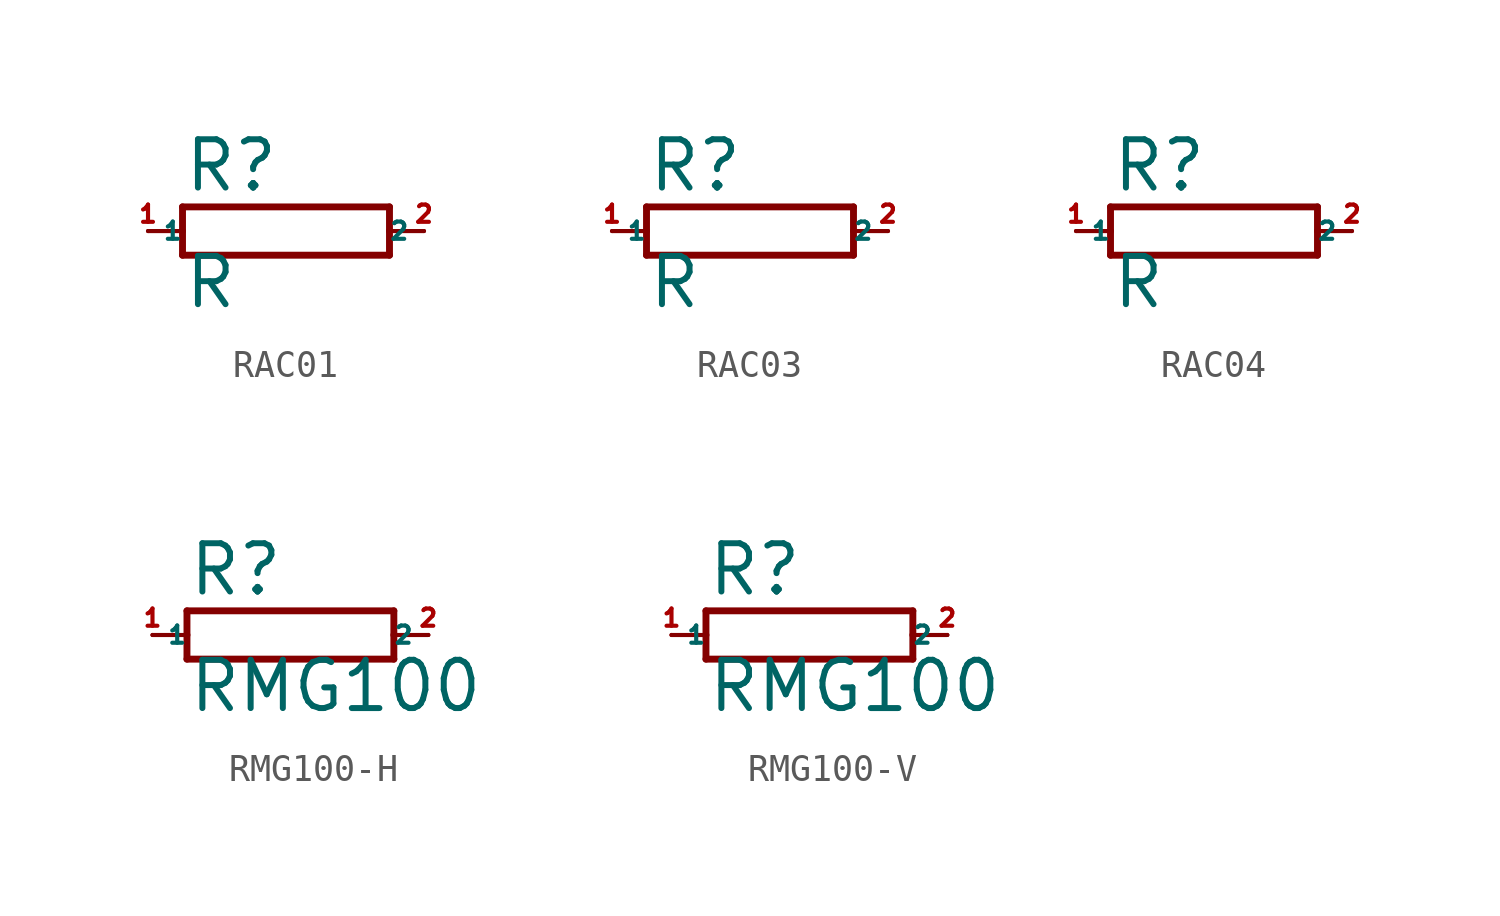
<source format=kicad_sym>
(kicad_symbol_lib
  (version 20220914)
  (generator Eagle2Kicad)
  (symbol "RAC01"
    (property "Reference" "R"
      (at -3.81 1.372 0)
      (effects (font (size 1.778 1.778) (thickness 0.22)) (justify left bottom)))
    (property "Value" "R"
      (at -3.81 -2.921 0)
      (effects (font (size 1.778 1.778) (thickness 0.22)) (justify left bottom)))
    (polyline
      (pts (xy -3.81 -0.889) (xy 3.81 -0.889))
      (stroke (width 0.254) (type default))
      (fill (type none)))
    (polyline
      (pts (xy 3.81 -0.889) (xy 3.81 0))
      (stroke (width 0.254) (type default))
      (fill (type none)))
    (polyline
      (pts (xy 3.81 0.889) (xy -3.81 0.889))
      (stroke (width 0.254) (type default))
      (fill (type none)))
    (polyline
      (pts (xy -3.81 -0.889) (xy -3.81 0))
      (stroke (width 0.254) (type default))
      (fill (type none)))
    (polyline
      (pts (xy 3.81 0) (xy 5.08 0))
      (stroke (width 0.152) (type default))
      (fill (type none)))
    (polyline
      (pts (xy 3.81 0) (xy 3.81 0.889))
      (stroke (width 0.254) (type default))
      (fill (type none)))
    (polyline
      (pts (xy -5.08 0) (xy -3.81 0))
      (stroke (width 0.152) (type default))
      (fill (type none)))
    (polyline
      (pts (xy -3.81 0) (xy -3.81 0.889))
      (stroke (width 0.254) (type default))
      (fill (type none)))
    (pin passive line
      (at 5.08 0 180)
      (length 0)
      (name "2" (effects (font (size 0.635 0.635) (thickness 0.08)) (justify left bottom)))
      (number "2" (effects (font (size 0.635 0.635) (thickness 0.08)) (justify left bottom))))
    (pin passive line
      (at -5.08 0 0)
      (length 0)
      (name "1" (effects (font (size 0.635 0.635) (thickness 0.08)) (justify left bottom)))
      (number "1" (effects (font (size 0.635 0.635) (thickness 0.08)) (justify left bottom)))))
  (symbol "RAC03"
    (property "Reference" "R"
      (at -3.81 1.372 0)
      (effects (font (size 1.778 1.778) (thickness 0.22)) (justify left bottom)))
    (property "Value" "R"
      (at -3.81 -2.921 0)
      (effects (font (size 1.778 1.778) (thickness 0.22)) (justify left bottom)))
    (polyline
      (pts (xy -3.81 -0.889) (xy 3.81 -0.889))
      (stroke (width 0.254) (type default))
      (fill (type none)))
    (polyline
      (pts (xy 3.81 -0.889) (xy 3.81 0))
      (stroke (width 0.254) (type default))
      (fill (type none)))
    (polyline
      (pts (xy 3.81 0.889) (xy -3.81 0.889))
      (stroke (width 0.254) (type default))
      (fill (type none)))
    (polyline
      (pts (xy -3.81 -0.889) (xy -3.81 0))
      (stroke (width 0.254) (type default))
      (fill (type none)))
    (polyline
      (pts (xy 3.81 0) (xy 5.08 0))
      (stroke (width 0.152) (type default))
      (fill (type none)))
    (polyline
      (pts (xy 3.81 0) (xy 3.81 0.889))
      (stroke (width 0.254) (type default))
      (fill (type none)))
    (polyline
      (pts (xy -5.08 0) (xy -3.81 0))
      (stroke (width 0.152) (type default))
      (fill (type none)))
    (polyline
      (pts (xy -3.81 0) (xy -3.81 0.889))
      (stroke (width 0.254) (type default))
      (fill (type none)))
    (pin passive line
      (at 5.08 0 180)
      (length 0)
      (name "2" (effects (font (size 0.635 0.635) (thickness 0.08)) (justify left bottom)))
      (number "2" (effects (font (size 0.635 0.635) (thickness 0.08)) (justify left bottom))))
    (pin passive line
      (at -5.08 0 0)
      (length 0)
      (name "1" (effects (font (size 0.635 0.635) (thickness 0.08)) (justify left bottom)))
      (number "1" (effects (font (size 0.635 0.635) (thickness 0.08)) (justify left bottom)))))
  (symbol "RAC04"
    (property "Reference" "R"
      (at -3.81 1.372 0)
      (effects (font (size 1.778 1.778) (thickness 0.22)) (justify left bottom)))
    (property "Value" "R"
      (at -3.81 -2.921 0)
      (effects (font (size 1.778 1.778) (thickness 0.22)) (justify left bottom)))
    (polyline
      (pts (xy -3.81 -0.889) (xy 3.81 -0.889))
      (stroke (width 0.254) (type default))
      (fill (type none)))
    (polyline
      (pts (xy 3.81 -0.889) (xy 3.81 0))
      (stroke (width 0.254) (type default))
      (fill (type none)))
    (polyline
      (pts (xy 3.81 0.889) (xy -3.81 0.889))
      (stroke (width 0.254) (type default))
      (fill (type none)))
    (polyline
      (pts (xy -3.81 -0.889) (xy -3.81 0))
      (stroke (width 0.254) (type default))
      (fill (type none)))
    (polyline
      (pts (xy 3.81 0) (xy 5.08 0))
      (stroke (width 0.152) (type default))
      (fill (type none)))
    (polyline
      (pts (xy 3.81 0) (xy 3.81 0.889))
      (stroke (width 0.254) (type default))
      (fill (type none)))
    (polyline
      (pts (xy -5.08 0) (xy -3.81 0))
      (stroke (width 0.152) (type default))
      (fill (type none)))
    (polyline
      (pts (xy -3.81 0) (xy -3.81 0.889))
      (stroke (width 0.254) (type default))
      (fill (type none)))
    (pin passive line
      (at 5.08 0 180)
      (length 0)
      (name "2" (effects (font (size 0.635 0.635) (thickness 0.08)) (justify left bottom)))
      (number "2" (effects (font (size 0.635 0.635) (thickness 0.08)) (justify left bottom))))
    (pin passive line
      (at -5.08 0 0)
      (length 0)
      (name "1" (effects (font (size 0.635 0.635) (thickness 0.08)) (justify left bottom)))
      (number "1" (effects (font (size 0.635 0.635) (thickness 0.08)) (justify left bottom)))))
  (symbol "RMG100-H"
    (property "Reference" "R"
      (at -3.81 1.372 0)
      (effects (font (size 1.778 1.778) (thickness 0.22)) (justify left bottom)))
    (property "Value" "RMG100"
      (at -3.81 -2.921 0)
      (effects (font (size 1.778 1.778) (thickness 0.22)) (justify left bottom)))
    (polyline
      (pts (xy -3.81 -0.889) (xy 3.81 -0.889))
      (stroke (width 0.254) (type default))
      (fill (type none)))
    (polyline
      (pts (xy 3.81 -0.889) (xy 3.81 0))
      (stroke (width 0.254) (type default))
      (fill (type none)))
    (polyline
      (pts (xy 3.81 0.889) (xy -3.81 0.889))
      (stroke (width 0.254) (type default))
      (fill (type none)))
    (polyline
      (pts (xy -3.81 -0.889) (xy -3.81 0))
      (stroke (width 0.254) (type default))
      (fill (type none)))
    (polyline
      (pts (xy 3.81 0) (xy 5.08 0))
      (stroke (width 0.152) (type default))
      (fill (type none)))
    (polyline
      (pts (xy 3.81 0) (xy 3.81 0.889))
      (stroke (width 0.254) (type default))
      (fill (type none)))
    (polyline
      (pts (xy -5.08 0) (xy -3.81 0))
      (stroke (width 0.152) (type default))
      (fill (type none)))
    (polyline
      (pts (xy -3.81 0) (xy -3.81 0.889))
      (stroke (width 0.254) (type default))
      (fill (type none)))
    (pin passive line
      (at 5.08 0 180)
      (length 0)
      (name "2" (effects (font (size 0.635 0.635) (thickness 0.08)) (justify left bottom)))
      (number "2" (effects (font (size 0.635 0.635) (thickness 0.08)) (justify left bottom))))
    (pin passive line
      (at -5.08 0 0)
      (length 0)
      (name "1" (effects (font (size 0.635 0.635) (thickness 0.08)) (justify left bottom)))
      (number "1" (effects (font (size 0.635 0.635) (thickness 0.08)) (justify left bottom)))))
  (symbol "RMG100-V"
    (property "Reference" "R"
      (at -3.81 1.372 0)
      (effects (font (size 1.778 1.778) (thickness 0.22)) (justify left bottom)))
    (property "Value" "RMG100"
      (at -3.81 -2.921 0)
      (effects (font (size 1.778 1.778) (thickness 0.22)) (justify left bottom)))
    (polyline
      (pts (xy -3.81 -0.889) (xy 3.81 -0.889))
      (stroke (width 0.254) (type default))
      (fill (type none)))
    (polyline
      (pts (xy 3.81 -0.889) (xy 3.81 0))
      (stroke (width 0.254) (type default))
      (fill (type none)))
    (polyline
      (pts (xy 3.81 0.889) (xy -3.81 0.889))
      (stroke (width 0.254) (type default))
      (fill (type none)))
    (polyline
      (pts (xy -3.81 -0.889) (xy -3.81 0))
      (stroke (width 0.254) (type default))
      (fill (type none)))
    (polyline
      (pts (xy 3.81 0) (xy 5.08 0))
      (stroke (width 0.152) (type default))
      (fill (type none)))
    (polyline
      (pts (xy 3.81 0) (xy 3.81 0.889))
      (stroke (width 0.254) (type default))
      (fill (type none)))
    (polyline
      (pts (xy -5.08 0) (xy -3.81 0))
      (stroke (width 0.152) (type default))
      (fill (type none)))
    (polyline
      (pts (xy -3.81 0) (xy -3.81 0.889))
      (stroke (width 0.254) (type default))
      (fill (type none)))
    (pin passive line
      (at 5.08 0 180)
      (length 0)
      (name "2" (effects (font (size 0.635 0.635) (thickness 0.08)) (justify left bottom)))
      (number "2" (effects (font (size 0.635 0.635) (thickness 0.08)) (justify left bottom))))
    (pin passive line
      (at -5.08 0 0)
      (length 0)
      (name "1" (effects (font (size 0.635 0.635) (thickness 0.08)) (justify left bottom)))
      (number "1" (effects (font (size 0.635 0.635) (thickness 0.08)) (justify left bottom))))))
</source>
